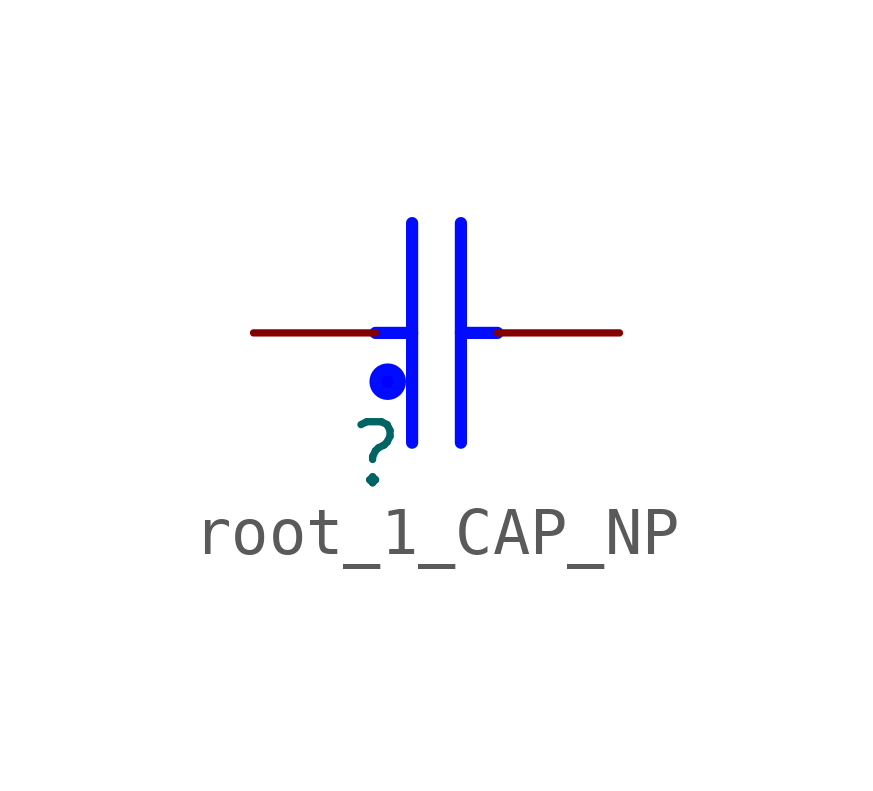
<source format=kicad_sym>
(kicad_symbol_lib
  (version 20231120)
  (generator "kicad_symbol_editor")
  (generator_version "8.0")
  (symbol "root_1_CAP_NP"
    (property "Reference" ""
      (at 0 0 0)
      (effects (font (size 1.27 1.27))))
    (property "Value" ""
      (at 0 0 0)
      (effects (font (size 1.27 1.27))))
    (symbol "root_1_CAP_NP_1_0"
      (polyline (pts (xy 0 2.54) (xy 0.762 2.54)) (stroke (width 0.254) (type solid) (color 0 11 255 1)) (fill (type none)))
      (polyline (pts (xy 0.762 0.254) (xy 0.762 4.826)) (stroke (width 0.254) (type solid) (color 0 11 255 1)) (fill (type none)))
      (polyline (pts (xy 1.778 0.254) (xy 1.778 4.826)) (stroke (width 0.254) (type solid) (color 0 11 255 1)) (fill (type none)))
      (polyline (pts (xy 2.54 2.54) (xy 1.778 2.54)) (stroke (width 0.254) (type solid) (color 0 11 255 1)) (fill (type none)))
      (circle (center 0.254 1.524) (radius 0.254) (stroke (width 0.254) (type solid) (color 0 11 255 1)) (fill (type color) (color 0 0 255 1)))
      (pin passive line (at -2.54 2.54 0) (length 2.54) (name "1" (effects (font (size 0 0)))) (number "1" (effects (font (size 0 0)))))
      (pin passive line (at 5.08 2.54 180) (length 2.54) (name "2" (effects (font (size 0 0)))) (number "2" (effects (font (size 0 0))))))))
</source>
